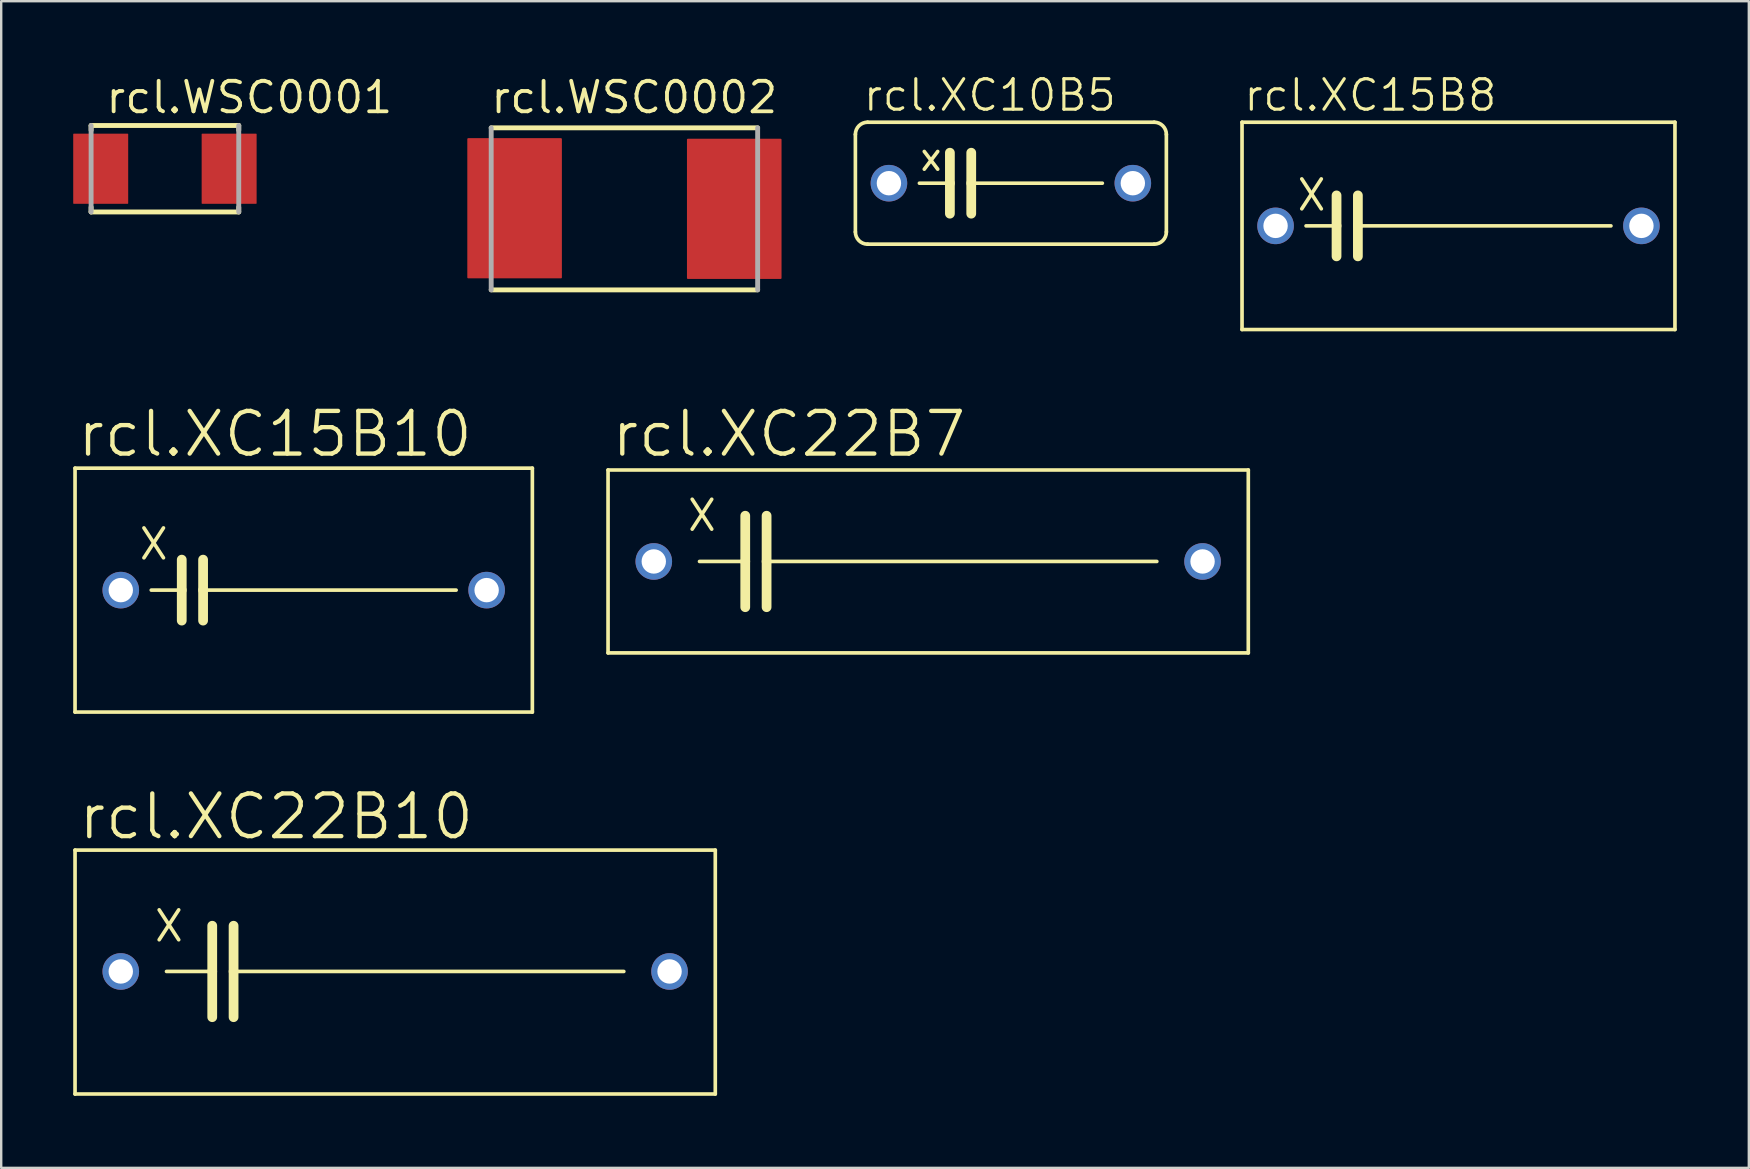
<source format=kicad_pcb>
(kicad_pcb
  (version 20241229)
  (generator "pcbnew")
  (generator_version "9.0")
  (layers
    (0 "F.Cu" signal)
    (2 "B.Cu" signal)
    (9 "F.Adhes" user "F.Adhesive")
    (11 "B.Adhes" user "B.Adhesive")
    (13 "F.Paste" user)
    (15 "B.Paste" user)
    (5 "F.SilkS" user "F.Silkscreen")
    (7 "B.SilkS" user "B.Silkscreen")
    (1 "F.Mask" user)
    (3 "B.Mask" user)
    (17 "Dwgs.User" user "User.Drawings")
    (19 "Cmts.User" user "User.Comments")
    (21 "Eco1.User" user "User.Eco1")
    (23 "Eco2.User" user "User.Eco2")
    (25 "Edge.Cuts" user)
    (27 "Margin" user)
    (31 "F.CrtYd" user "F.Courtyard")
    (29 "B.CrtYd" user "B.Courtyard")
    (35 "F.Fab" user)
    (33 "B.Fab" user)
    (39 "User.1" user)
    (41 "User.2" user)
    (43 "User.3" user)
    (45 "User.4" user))
  (footprint "rcl.WSC0001"
    (layer "F.Cu")
    (at 3.82 3.979)
    (property "Reference" "rcl.WSC0001" (at -2.544 -2.229 0) (layer "F.SilkS") (effects (font (size 1.27 1.27) (thickness 0.16)) (justify left bottom)))
    (attr smd)
    (fp_line (start -3.075 -1.8) (end -3.075 -1.606) (stroke (width 0.203) (type default)) (layer "F.SilkS"))
    (fp_line (start -3.075 1.606) (end -3.075 1.8) (stroke (width 0.203) (type default)) (layer "F.SilkS"))
    (fp_line (start -3.075 1.8) (end 3.075 1.8) (stroke (width 0.203) (type default)) (layer "F.SilkS"))
    (fp_line (start 3.075 -1.8) (end -3.075 -1.8) (stroke (width 0.203) (type default)) (layer "F.SilkS"))
    (fp_line (start 3.075 -1.606) (end 3.075 -1.8) (stroke (width 0.203) (type default)) (layer "F.SilkS"))
    (fp_line (start 3.075 1.8) (end 3.075 1.606) (stroke (width 0.203) (type default)) (layer "F.SilkS"))
    (fp_line (start -3.075 -1.8) (end -3.075 1.8) (stroke (width 0.203) (type default)) (layer "F.Fab"))
    (fp_line (start 3.075 1.8) (end 3.075 -1.8) (stroke (width 0.203) (type default)) (layer "F.Fab"))
    (pad "1" smd roundrect (at -2.675 0) (size 2.29 2.92) (layers "F.Cu" "F.Mask" "F.Paste") (roundrect_rratio 0.01))
    (pad "2" smd roundrect (at 2.675 0) (size 2.29 2.92) (layers "F.Cu" "F.Mask" "F.Paste") (roundrect_rratio 0.01)))
  (footprint "rcl.XC22B10"
    (layer "F.Cu")
    (at 13.411 37.442)
    (property "Reference" "rcl.XC22B10" (at -13.284 -5.436 0) (layer "F.SilkS") (effects (font (size 1.778 1.778) (thickness 0.18)) (justify left bottom)))
    (attr through_hole)
    (fp_line (start -13.335 5.08) (end -13.335 -5.08) (stroke (width 0.152) (type default)) (layer "F.SilkS"))
    (fp_line (start -13.335 5.08) (end 13.335 5.08) (stroke (width 0.152) (type default)) (layer "F.SilkS"))
    (fp_line (start -9.83 -2.591) (end -9.017 -1.346) (stroke (width 0.152) (type default)) (layer "F.SilkS"))
    (fp_line (start -9.83 -1.346) (end -9.017 -2.591) (stroke (width 0.152) (type default)) (layer "F.SilkS"))
    (fp_line (start -9.525 -0.025) (end -7.62 -0.025) (stroke (width 0.152) (type default)) (layer "F.SilkS"))
    (fp_line (start -7.62 -1.93) (end -7.62 -0.025) (stroke (width 0.406) (type default)) (layer "F.SilkS"))
    (fp_line (start -7.62 -0.025) (end -7.62 1.88) (stroke (width 0.406) (type default)) (layer "F.SilkS"))
    (fp_line (start -6.731 -1.93) (end -6.731 -0.025) (stroke (width 0.406) (type default)) (layer "F.SilkS"))
    (fp_line (start -6.731 -0.025) (end -6.731 1.88) (stroke (width 0.406) (type default)) (layer "F.SilkS"))
    (fp_line (start -6.731 -0.025) (end 9.525 -0.025) (stroke (width 0.152) (type default)) (layer "F.SilkS"))
    (fp_line (start 13.335 -5.08) (end -13.335 -5.08) (stroke (width 0.152) (type default)) (layer "F.SilkS"))
    (fp_line (start 13.335 -5.08) (end 13.335 5.08) (stroke (width 0.152) (type default)) (layer "F.SilkS"))
    (pad "1" thru_hole circle (at -11.43 -0.025) (size 1.524 1.524) (drill 1.016) (layers "*.Cu" "*.Mask"))
    (pad "2" thru_hole circle (at 11.43 -0.025) (size 1.524 1.524) (drill 1.016) (layers "*.Cu" "*.Mask")))
  (footprint "rcl.XC10B5"
    (layer "F.Cu")
    (at 39.059 4.581)
    (property "Reference" "rcl.XC10B5" (at -6.223 -2.921 0) (layer "F.SilkS") (effects (font (size 1.27 1.27) (thickness 0.13)) (justify left bottom)))
    (attr through_hole)
    (fp_line (start -6.477 2.032) (end -6.477 -2.032) (stroke (width 0.152) (type default)) (layer "F.SilkS"))
    (fp_line (start -5.969 2.54) (end 5.969 2.54) (stroke (width 0.152) (type default)) (layer "F.SilkS"))
    (fp_line (start -3.81 0) (end -2.54 0) (stroke (width 0.152) (type default)) (layer "F.SilkS"))
    (fp_line (start -3.607 -1.321) (end -3.048 -0.584) (stroke (width 0.152) (type default)) (layer "F.SilkS"))
    (fp_line (start -3.607 -0.584) (end -3.048 -1.321) (stroke (width 0.152) (type default)) (layer "F.SilkS"))
    (fp_line (start -2.54 -1.27) (end -2.54 0) (stroke (width 0.406) (type default)) (layer "F.SilkS"))
    (fp_line (start -2.54 0) (end -2.54 1.27) (stroke (width 0.406) (type default)) (layer "F.SilkS"))
    (fp_line (start -1.651 -1.27) (end -1.651 0) (stroke (width 0.406) (type default)) (layer "F.SilkS"))
    (fp_line (start -1.651 0) (end -1.651 1.27) (stroke (width 0.406) (type default)) (layer "F.SilkS"))
    (fp_line (start 3.81 0) (end -1.651 0) (stroke (width 0.152) (type default)) (layer "F.SilkS"))
    (fp_line (start 5.969 -2.54) (end -5.969 -2.54) (stroke (width 0.152) (type default)) (layer "F.SilkS"))
    (fp_line (start 6.477 -2.032) (end 6.477 2.032) (stroke (width 0.152) (type default)) (layer "F.SilkS"))
    (fp_arc (start -6.477 -2.032) (mid -6.32821 -2.39121) (end -5.969 -2.54) (stroke (width 0.1524) (type default)) (layer "F.SilkS"))
    (fp_arc (start -5.969 2.54) (mid -6.32821 2.39121) (end -6.477 2.032) (stroke (width 0.1524) (type default)) (layer "F.SilkS"))
    (fp_arc (start 5.969 -2.54) (mid 6.32821 -2.39121) (end 6.477 -2.032) (stroke (width 0.1524) (type default)) (layer "F.SilkS"))
    (fp_arc (start 6.477 2.032) (mid 6.32821 2.39121) (end 5.969 2.54) (stroke (width 0.1524) (type default)) (layer "F.SilkS"))
    (pad "1" thru_hole circle (at -5.08 0) (size 1.524 1.524) (drill 1.016) (layers "*.Cu" "*.Mask"))
    (pad "2" thru_hole circle (at 5.08 0) (size 1.524 1.524) (drill 1.016) (layers "*.Cu" "*.Mask")))
  (footprint "rcl.XC22B7"
    (layer "F.Cu")
    (at 35.614 20.338)
    (property "Reference" "rcl.XC22B7" (at -13.284 -4.267 0) (layer "F.SilkS") (effects (font (size 1.778 1.778) (thickness 0.18)) (justify left bottom)))
    (attr through_hole)
    (fp_line (start -13.335 -3.81) (end 13.335 -3.81) (stroke (width 0.152) (type default)) (layer "F.SilkS"))
    (fp_line (start -13.335 3.81) (end -13.335 -3.81) (stroke (width 0.152) (type default)) (layer "F.SilkS"))
    (fp_line (start -9.83 -2.591) (end -9.017 -1.346) (stroke (width 0.152) (type default)) (layer "F.SilkS"))
    (fp_line (start -9.83 -1.346) (end -9.017 -2.591) (stroke (width 0.152) (type default)) (layer "F.SilkS"))
    (fp_line (start -9.525 0) (end -7.62 0) (stroke (width 0.152) (type default)) (layer "F.SilkS"))
    (fp_line (start -7.62 -1.905) (end -7.62 0) (stroke (width 0.406) (type default)) (layer "F.SilkS"))
    (fp_line (start -7.62 0) (end -7.62 1.905) (stroke (width 0.406) (type default)) (layer "F.SilkS"))
    (fp_line (start -6.731 -1.905) (end -6.731 0) (stroke (width 0.406) (type default)) (layer "F.SilkS"))
    (fp_line (start -6.731 0) (end -6.731 1.905) (stroke (width 0.406) (type default)) (layer "F.SilkS"))
    (fp_line (start -6.731 0) (end 9.525 0) (stroke (width 0.152) (type default)) (layer "F.SilkS"))
    (fp_line (start 13.335 -3.81) (end 13.335 3.81) (stroke (width 0.152) (type default)) (layer "F.SilkS"))
    (fp_line (start 13.335 3.81) (end -13.335 3.81) (stroke (width 0.152) (type default)) (layer "F.SilkS"))
    (pad "1" thru_hole circle (at -11.43 0) (size 1.524 1.524) (drill 1.016) (layers "*.Cu" "*.Mask"))
    (pad "2" thru_hole circle (at 11.43 0) (size 1.524 1.524) (drill 1.016) (layers "*.Cu" "*.Mask")))
  (footprint "rcl.XC15B10"
    (layer "F.Cu")
    (at 9.601 21.532)
    (property "Reference" "rcl.XC15B10" (at -9.525 -5.461 0) (layer "F.SilkS") (effects (font (size 1.778 1.778) (thickness 0.18)) (justify left bottom)))
    (attr through_hole)
    (fp_line (start -9.525 5.08) (end -9.525 -5.08) (stroke (width 0.152) (type default)) (layer "F.SilkS"))
    (fp_line (start -9.525 5.08) (end 9.525 5.08) (stroke (width 0.152) (type default)) (layer "F.SilkS"))
    (fp_line (start -6.655 -2.591) (end -5.842 -1.346) (stroke (width 0.152) (type default)) (layer "F.SilkS"))
    (fp_line (start -6.655 -1.346) (end -5.842 -2.591) (stroke (width 0.152) (type default)) (layer "F.SilkS"))
    (fp_line (start -6.35 0) (end -5.08 0) (stroke (width 0.152) (type default)) (layer "F.SilkS"))
    (fp_line (start -5.08 -1.27) (end -5.08 0) (stroke (width 0.406) (type default)) (layer "F.SilkS"))
    (fp_line (start -5.08 0) (end -5.08 1.27) (stroke (width 0.406) (type default)) (layer "F.SilkS"))
    (fp_line (start -4.191 -1.27) (end -4.191 0) (stroke (width 0.406) (type default)) (layer "F.SilkS"))
    (fp_line (start -4.191 0) (end -4.191 1.27) (stroke (width 0.406) (type default)) (layer "F.SilkS"))
    (fp_line (start 6.35 0) (end -4.191 0) (stroke (width 0.152) (type default)) (layer "F.SilkS"))
    (fp_line (start 9.525 -5.08) (end -9.525 -5.08) (stroke (width 0.152) (type default)) (layer "F.SilkS"))
    (fp_line (start 9.525 -5.08) (end 9.525 5.08) (stroke (width 0.152) (type default)) (layer "F.SilkS"))
    (pad "1" thru_hole circle (at -7.62 0) (size 1.524 1.524) (drill 1.016) (layers "*.Cu" "*.Mask"))
    (pad "2" thru_hole circle (at 7.62 0) (size 1.524 1.524) (drill 1.016) (layers "*.Cu" "*.Mask")))
  (footprint "rcl.XC15B8"
    (layer "F.Cu")
    (at 57.705 6.359)
    (property "Reference" "rcl.XC15B8" (at -9.017 -4.699 0) (layer "F.SilkS") (effects (font (size 1.27 1.27) (thickness 0.13)) (justify left bottom)))
    (attr through_hole)
    (fp_line (start -9.017 4.318) (end -9.017 -4.318) (stroke (width 0.152) (type default)) (layer "F.SilkS"))
    (fp_line (start -9.017 4.318) (end 9.017 4.318) (stroke (width 0.152) (type default)) (layer "F.SilkS"))
    (fp_line (start -6.528 -1.956) (end -5.715 -0.711) (stroke (width 0.152) (type default)) (layer "F.SilkS"))
    (fp_line (start -6.528 -0.711) (end -5.715 -1.956) (stroke (width 0.152) (type default)) (layer "F.SilkS"))
    (fp_line (start -6.35 0) (end -5.08 0) (stroke (width 0.152) (type default)) (layer "F.SilkS"))
    (fp_line (start -5.08 -1.27) (end -5.08 0) (stroke (width 0.406) (type default)) (layer "F.SilkS"))
    (fp_line (start -5.08 0) (end -5.08 1.27) (stroke (width 0.406) (type default)) (layer "F.SilkS"))
    (fp_line (start -4.191 -1.27) (end -4.191 0) (stroke (width 0.406) (type default)) (layer "F.SilkS"))
    (fp_line (start -4.191 0) (end -4.191 1.27) (stroke (width 0.406) (type default)) (layer "F.SilkS"))
    (fp_line (start 6.35 0) (end -4.191 0) (stroke (width 0.152) (type default)) (layer "F.SilkS"))
    (fp_line (start 9.017 -4.318) (end -9.017 -4.318) (stroke (width 0.152) (type default)) (layer "F.SilkS"))
    (fp_line (start 9.017 -4.318) (end 9.017 4.318) (stroke (width 0.152) (type default)) (layer "F.SilkS"))
    (pad "1" thru_hole circle (at -7.62 0) (size 1.524 1.524) (drill 1.016) (layers "*.Cu" "*.Mask"))
    (pad "2" thru_hole circle (at 7.62 0) (size 1.524 1.524) (drill 1.016) (layers "*.Cu" "*.Mask")))
  (footprint "rcl.WSC0002"
    (layer "F.Cu")
    (at 22.961 5.65)
    (property "Reference" "rcl.WSC0002" (at -5.65 -3.9 0) (layer "F.SilkS") (effects (font (size 1.27 1.27) (thickness 0.16)) (justify left bottom)))
    (attr smd)
    (fp_line (start -5.55 3.375) (end 5.55 3.375) (stroke (width 0.203) (type default)) (layer "F.SilkS"))
    (fp_line (start 5.55 -3.375) (end -5.55 -3.375) (stroke (width 0.203) (type default)) (layer "F.SilkS"))
    (fp_line (start -5.55 -3.375) (end -5.55 3.375) (stroke (width 0.203) (type default)) (layer "F.Fab"))
    (fp_line (start 5.55 3.375) (end 5.55 -3.375) (stroke (width 0.203) (type default)) (layer "F.Fab"))
    (pad "1" smd roundrect (at -4.575 -0.025) (size 3.94 5.84) (layers "F.Cu" "F.Mask" "F.Paste") (roundrect_rratio 0.01))
    (pad "2" smd roundrect (at 4.575 0) (size 3.94 5.84) (layers "F.Cu" "F.Mask" "F.Paste") (roundrect_rratio 0.01)))
  (gr_rect
    (start -3 -3)
    (end 69.799 45.598)
    (stroke (width 0.1) (type default))
    (fill no)
    (layer "Edge.Cuts")))
</source>
